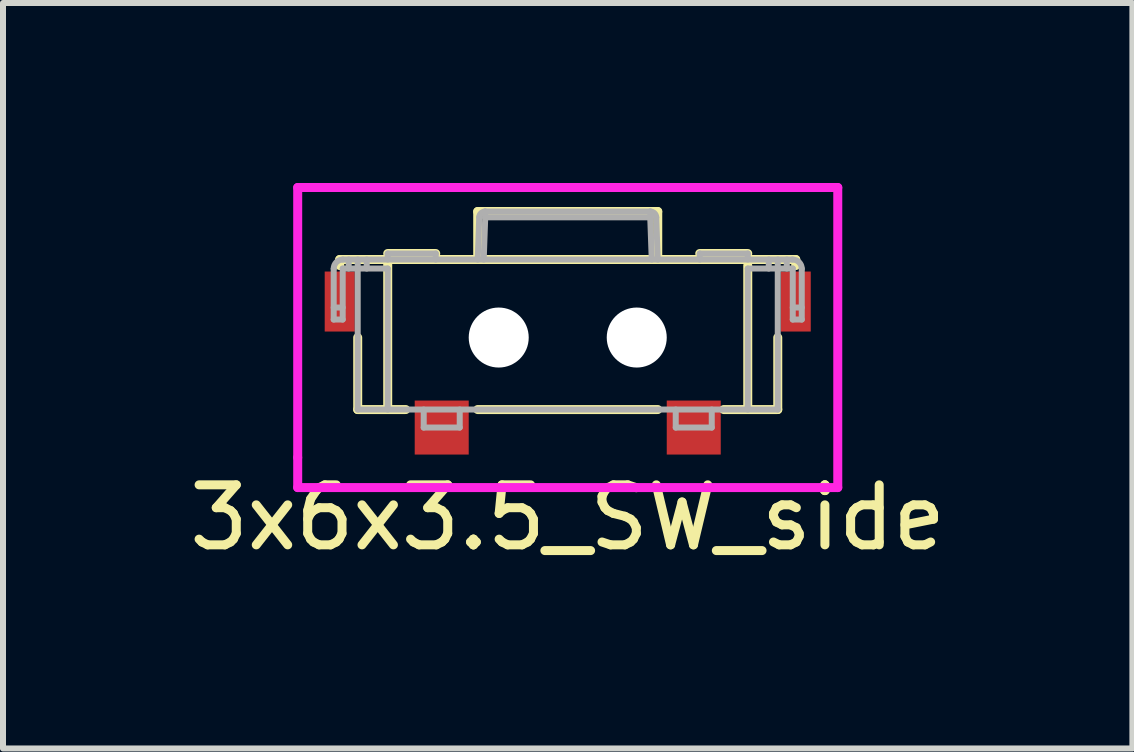
<source format=kicad_pcb>
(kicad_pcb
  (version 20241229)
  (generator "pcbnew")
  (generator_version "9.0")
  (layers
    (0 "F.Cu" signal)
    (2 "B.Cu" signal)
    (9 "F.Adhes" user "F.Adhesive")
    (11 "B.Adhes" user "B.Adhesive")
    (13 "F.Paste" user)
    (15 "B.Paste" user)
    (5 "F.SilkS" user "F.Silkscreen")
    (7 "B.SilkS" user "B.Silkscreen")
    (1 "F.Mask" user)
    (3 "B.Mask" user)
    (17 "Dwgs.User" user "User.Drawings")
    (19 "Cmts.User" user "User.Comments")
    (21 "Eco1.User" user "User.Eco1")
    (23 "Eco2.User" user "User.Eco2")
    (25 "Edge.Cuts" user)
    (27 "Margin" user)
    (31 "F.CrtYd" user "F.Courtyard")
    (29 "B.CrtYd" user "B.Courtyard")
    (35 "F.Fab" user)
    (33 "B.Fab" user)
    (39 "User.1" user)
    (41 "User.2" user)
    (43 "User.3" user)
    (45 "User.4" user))
  (footprint "3x6x3.5_SW_side"
    (layer "F.Cu")
    (at 6.411 2.575)
    (property "Reference" "3x6x3.5_SW_side" (at 0 3 0) (layer "F.SilkS") (effects (font (size 1 1) (thickness 0.15))))
    (attr smd)
    (fp_line (start -3.8 -1.3) (end -3.8 -1.2) (stroke (width 0.15) (type solid)) (layer "F.SilkS"))
    (fp_line (start -3.8 -1.3) (end 3.8 -1.3) (stroke (width 0.15) (type solid)) (layer "F.SilkS"))
    (fp_line (start -3.5 0) (end -3.5 1.2) (stroke (width 0.15) (type solid)) (layer "F.SilkS"))
    (fp_line (start -3.5 1.2) (end -2.7 1.2) (stroke (width 0.15) (type solid)) (layer "F.SilkS"))
    (fp_line (start -3 -1.4) (end -2.2 -1.4) (stroke (width 0.15) (type solid)) (layer "F.SilkS"))
    (fp_line (start -3 -1.3) (end -3 1.2) (stroke (width 0.15) (type solid)) (layer "F.SilkS"))
    (fp_line (start -1.5 -2.1) (end 1.4 -2.1) (stroke (width 0.15) (type solid)) (layer "F.SilkS"))
    (fp_line (start -1.5 -1.3) (end -1.5 -2.1) (stroke (width 0.15) (type solid)) (layer "F.SilkS"))
    (fp_line (start -1.5 1.2) (end 1.5 1.2) (stroke (width 0.15) (type solid)) (layer "F.SilkS"))
    (fp_line (start 1.4 -2.1) (end 1.5 -2.1) (stroke (width 0.15) (type solid)) (layer "F.SilkS"))
    (fp_line (start 1.5 -2.1) (end 1.5 -1.3) (stroke (width 0.15) (type solid)) (layer "F.SilkS"))
    (fp_line (start 2.2 -1.4) (end 3 -1.4) (stroke (width 0.15) (type solid)) (layer "F.SilkS"))
    (fp_line (start 2.6 1.2) (end 3.5 1.2) (stroke (width 0.15) (type solid)) (layer "F.SilkS"))
    (fp_line (start 3 -1.2) (end 3 1.2) (stroke (width 0.15) (type solid)) (layer "F.SilkS"))
    (fp_line (start 3.5 1.2) (end 3.5 0) (stroke (width 0.15) (type solid)) (layer "F.SilkS"))
    (fp_line (start 3.8 -1.3) (end 3.8 -1.2) (stroke (width 0.15) (type solid)) (layer "F.SilkS"))
    (fp_line (start -4.5 -2.5) (end -4.5 2) (stroke (width 0.15) (type solid)) (layer "F.CrtYd"))
    (fp_line (start -4.5 2) (end -4.5 2.5) (stroke (width 0.15) (type solid)) (layer "F.CrtYd"))
    (fp_line (start -4.5 2.5) (end 4.5 2.5) (stroke (width 0.15) (type solid)) (layer "F.CrtYd"))
    (fp_line (start 4.5 -2.5) (end -4.5 -2.5) (stroke (width 0.15) (type solid)) (layer "F.CrtYd"))
    (fp_line (start 4.5 2.5) (end 4.5 -2.5) (stroke (width 0.15) (type solid)) (layer "F.CrtYd"))
    (fp_line (start -3.9 -0.3) (end -3.9 -1.147) (stroke (width 0.1) (type solid)) (layer "F.Fab"))
    (fp_line (start -3.75 -1.15) (end -3.75 -0.3) (stroke (width 0.1) (type solid)) (layer "F.Fab"))
    (fp_line (start -3.75 -1.15) (end -3 -1.15) (stroke (width 0.1) (type solid)) (layer "F.Fab"))
    (fp_line (start -3.75 -0.5) (end -3.9 -0.5) (stroke (width 0.1) (type solid)) (layer "F.Fab"))
    (fp_line (start -3.75 -0.3) (end -3.9 -0.3) (stroke (width 0.1) (type solid)) (layer "F.Fab"))
    (fp_line (start -3.747 -1.3) (end 3.747 -1.3) (stroke (width 0.1) (type solid)) (layer "F.Fab"))
    (fp_line (start -3.65 -1.3) (end -3.65 -1.15) (stroke (width 0.1) (type solid)) (layer "F.Fab"))
    (fp_line (start -3.5 1.2) (end -3.5 -1.3) (stroke (width 0.1) (type solid)) (layer "F.Fab"))
    (fp_line (start -3.5 1.2) (end 3.5 1.2) (stroke (width 0.1) (type solid)) (layer "F.Fab"))
    (fp_line (start -3.35 -1.3) (end -3.35 -1.15) (stroke (width 0.1) (type solid)) (layer "F.Fab"))
    (fp_line (start -3 -1.4) (end -2.2 -1.4) (stroke (width 0.1) (type solid)) (layer "F.Fab"))
    (fp_line (start -3 -1.3) (end -3 -1.4) (stroke (width 0.1) (type solid)) (layer "F.Fab"))
    (fp_line (start -3 -1.15) (end -3 1.2) (stroke (width 0.1) (type solid)) (layer "F.Fab"))
    (fp_line (start -2.4 1.2) (end -2.4 1.5) (stroke (width 0.1) (type solid)) (layer "F.Fab"))
    (fp_line (start -2.4 1.5) (end -1.8 1.5) (stroke (width 0.1) (type solid)) (layer "F.Fab"))
    (fp_line (start -2.2 -1.3) (end -2.2 -1.4) (stroke (width 0.1) (type solid)) (layer "F.Fab"))
    (fp_line (start -1.8 1.5) (end -1.8 1.2) (stroke (width 0.1) (type solid)) (layer "F.Fab"))
    (fp_line (start -1.475 -2.003) (end -1.5 -1.3) (stroke (width 0.1) (type solid)) (layer "F.Fab"))
    (fp_line (start -1.375 -2.1) (end -1.375 -2.003) (stroke (width 0.1) (type solid)) (layer "F.Fab"))
    (fp_line (start -1.375 -2.003) (end -1.4 -1.3) (stroke (width 0.1) (type solid)) (layer "F.Fab"))
    (fp_line (start 1.375 -2.1) (end -1.375 -2.1) (stroke (width 0.1) (type solid)) (layer "F.Fab"))
    (fp_line (start 1.375 -2.1) (end 1.375 -2.003) (stroke (width 0.1) (type solid)) (layer "F.Fab"))
    (fp_line (start 1.375 -2.003) (end -1.375 -2.003) (stroke (width 0.1) (type solid)) (layer "F.Fab"))
    (fp_line (start 1.375 -2.003) (end 1.4 -1.3) (stroke (width 0.1) (type solid)) (layer "F.Fab"))
    (fp_line (start 1.475 -2.003) (end 1.5 -1.3) (stroke (width 0.1) (type solid)) (layer "F.Fab"))
    (fp_line (start 1.8 1.2) (end 1.8 1.5) (stroke (width 0.1) (type solid)) (layer "F.Fab"))
    (fp_line (start 1.8 1.5) (end 2.4 1.5) (stroke (width 0.1) (type solid)) (layer "F.Fab"))
    (fp_line (start 2.2 -1.4) (end 3 -1.4) (stroke (width 0.1) (type solid)) (layer "F.Fab"))
    (fp_line (start 2.2 -1.3) (end 2.2 -1.4) (stroke (width 0.1) (type solid)) (layer "F.Fab"))
    (fp_line (start 2.4 1.5) (end 2.4 1.2) (stroke (width 0.1) (type solid)) (layer "F.Fab"))
    (fp_line (start 3 -1.3) (end 3 -1.4) (stroke (width 0.1) (type solid)) (layer "F.Fab"))
    (fp_line (start 3 -1.15) (end 3 1.2) (stroke (width 0.1) (type solid)) (layer "F.Fab"))
    (fp_line (start 3 -1.15) (end 3.75 -1.15) (stroke (width 0.1) (type solid)) (layer "F.Fab"))
    (fp_line (start 3.35 -1.3) (end 3.35 -1.15) (stroke (width 0.1) (type solid)) (layer "F.Fab"))
    (fp_line (start 3.5 1.2) (end 3.5 -1.3) (stroke (width 0.1) (type solid)) (layer "F.Fab"))
    (fp_line (start 3.65 -1.15) (end 3.65 -1.3) (stroke (width 0.1) (type solid)) (layer "F.Fab"))
    (fp_line (start 3.75 -0.3) (end 3.75 -1.15) (stroke (width 0.1) (type solid)) (layer "F.Fab"))
    (fp_line (start 3.9 -0.5) (end 3.75 -0.5) (stroke (width 0.1) (type solid)) (layer "F.Fab"))
    (fp_line (start 3.9 -0.3) (end 3.75 -0.3) (stroke (width 0.1) (type solid)) (layer "F.Fab"))
    (fp_line (start 3.9 -0.3) (end 3.9 -1.147) (stroke (width 0.1) (type solid)) (layer "F.Fab"))
    (fp_arc (start -3.9 -1.147) (mid -3.855187 -1.255187) (end -3.747 -1.3) (stroke (width 0.1) (type solid)) (layer "F.Fab"))
    (fp_arc (start -1.475434 -2.00349) (mid -1.444961 -2.071934) (end -1.375495 -2.1) (stroke (width 0.1) (type solid)) (layer "F.Fab"))
    (fp_arc (start 1.375494 -2.1) (mid 1.44496 -2.071934) (end 1.475433 -2.00349) (stroke (width 0.1) (type solid)) (layer "F.Fab"))
    (fp_arc (start 3.747 -1.3) (mid 3.855187 -1.255187) (end 3.9 -1.147) (stroke (width 0.1) (type solid)) (layer "F.Fab"))
    (fp_circle (center -1.15 0) (end -0.8 0) (stroke (width 0.1) (type solid)) (fill no) (layer "F.Fab"))
    (fp_circle (center 1.15 0) (end 1.5 0) (stroke (width 0.1) (type solid)) (fill no) (layer "F.Fab"))
    (pad "" np_thru_hole circle (at -1.15 0) (size 1 1) (drill 1) (layers "*.Cu" "*.Mask"))
    (pad "" np_thru_hole circle (at 1.15 0) (size 1 1) (drill 1) (layers "*.Cu" "*.Mask"))
    (pad "1" smd rect (at -2.1 1.5) (size 0.9 0.9) (layers "F.Cu" "F.Mask" "F.Paste"))
    (pad "2" smd rect (at 2.1 1.5) (size 0.9 0.9) (layers "F.Cu" "F.Mask" "F.Paste"))
    (pad "GND" smd rect (at -3.8 -0.6 90) (size 1 0.5) (layers "F.Cu" "F.Mask" "F.Paste"))
    (pad "GND" smd rect (at 3.8 -0.6 90) (size 1 0.5) (layers "F.Cu" "F.Mask" "F.Paste")))
  (gr_rect
    (start -3 -3)
    (end 15.821 9.423)
    (stroke (width 0.1) (type default))
    (fill no)
    (layer "Edge.Cuts")))
</source>
